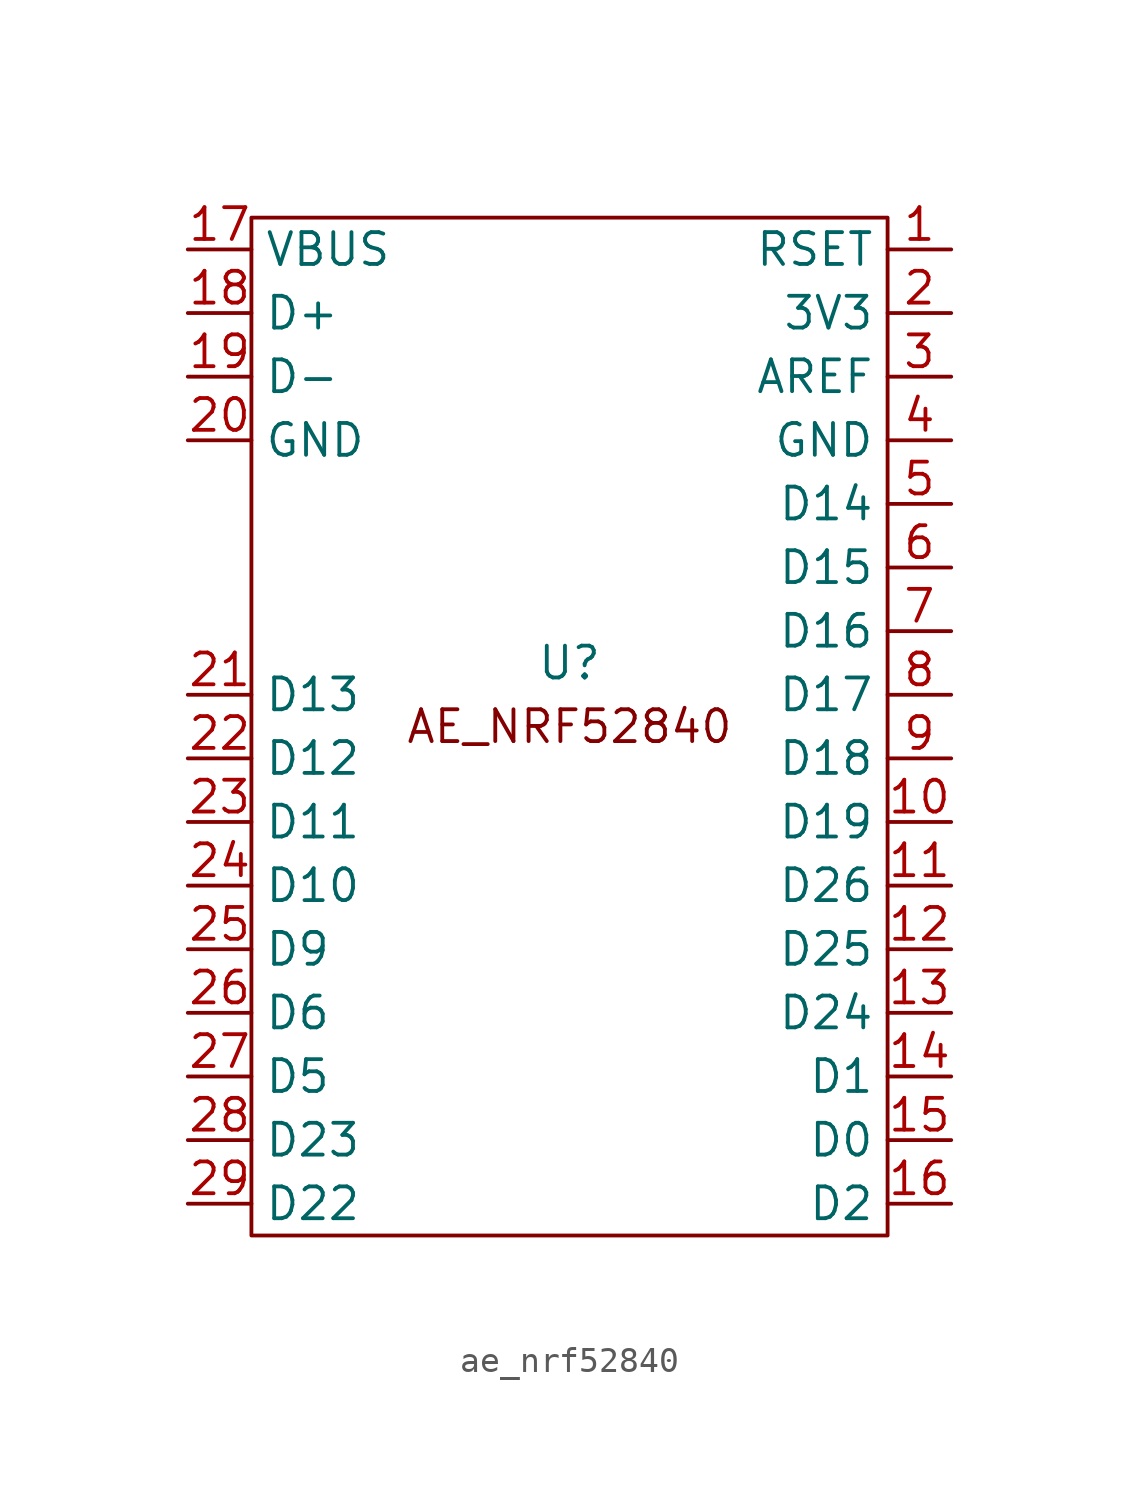
<source format=kicad_sym>
(kicad_symbol_lib
  (version 20220914)
  (generator kicad_symbol_editor)
  (symbol "ae_nrf52840"
    (property "Reference" "U"
      (at 0 2.54 0)
      (effects (font (size 1.27 1.27))))
    (property "Value" ""
      (at -5.08 0 0)
      (effects (font (size 1.27 1.27))))
    (symbol "ae_nrf52840_0_1"
      (rectangle (start -12.7 20.32) (end 12.7 -20.32) (stroke (width 0) (type default)) (fill (type none))))
    (symbol "ae_nrf52840_1_1"
      (text "AE_NRF52840" (at 0 0 0) (effects (font (size 1.27 1.27))))
      (pin bidirectional line (at 15.24 19.05 180) (length 2.54) (name "RSET" (effects (font (size 1.27 1.27)))) (number "1" (effects (font (size 1.27 1.27)))))
      (pin bidirectional line (at 15.24 -3.81 180) (length 2.54) (name "D19" (effects (font (size 1.27 1.27)))) (number "10" (effects (font (size 1.27 1.27)))))
      (pin bidirectional line (at 15.24 -6.35 180) (length 2.54) (name "D26" (effects (font (size 1.27 1.27)))) (number "11" (effects (font (size 1.27 1.27)))))
      (pin bidirectional line (at 15.24 -8.89 180) (length 2.54) (name "D25" (effects (font (size 1.27 1.27)))) (number "12" (effects (font (size 1.27 1.27)))))
      (pin bidirectional line (at 15.24 -11.43 180) (length 2.54) (name "D24" (effects (font (size 1.27 1.27)))) (number "13" (effects (font (size 1.27 1.27)))))
      (pin bidirectional line (at 15.24 -13.97 180) (length 2.54) (name "D1" (effects (font (size 1.27 1.27)))) (number "14" (effects (font (size 1.27 1.27)))))
      (pin bidirectional line (at 15.24 -16.51 180) (length 2.54) (name "D0" (effects (font (size 1.27 1.27)))) (number "15" (effects (font (size 1.27 1.27)))))
      (pin bidirectional line (at 15.24 -19.05 180) (length 2.54) (name "D2" (effects (font (size 1.27 1.27)))) (number "16" (effects (font (size 1.27 1.27)))))
      (pin power_in line (at -15.24 19.05 0) (length 2.54) (name "VBUS" (effects (font (size 1.27 1.27)))) (number "17" (effects (font (size 1.27 1.27)))))
      (pin bidirectional line (at -15.24 16.51 0) (length 2.54) (name "D+" (effects (font (size 1.27 1.27)))) (number "18" (effects (font (size 1.27 1.27)))))
      (pin bidirectional line (at -15.24 13.97 0) (length 2.54) (name "D-" (effects (font (size 1.27 1.27)))) (number "19" (effects (font (size 1.27 1.27)))))
      (pin power_in line (at 15.24 16.51 180) (length 2.54) (name "3V3" (effects (font (size 1.27 1.27)))) (number "2" (effects (font (size 1.27 1.27)))))
      (pin power_in line (at -15.24 11.43 0) (length 2.54) (name "GND" (effects (font (size 1.27 1.27)))) (number "20" (effects (font (size 1.27 1.27)))))
      (pin bidirectional line (at -15.24 1.27 0) (length 2.54) (name "D13" (effects (font (size 1.27 1.27)))) (number "21" (effects (font (size 1.27 1.27)))))
      (pin bidirectional line (at -15.24 -1.27 0) (length 2.54) (name "D12" (effects (font (size 1.27 1.27)))) (number "22" (effects (font (size 1.27 1.27)))))
      (pin bidirectional line (at -15.24 -3.81 0) (length 2.54) (name "D11" (effects (font (size 1.27 1.27)))) (number "23" (effects (font (size 1.27 1.27)))))
      (pin bidirectional line (at -15.24 -6.35 0) (length 2.54) (name "D10" (effects (font (size 1.27 1.27)))) (number "24" (effects (font (size 1.27 1.27)))))
      (pin bidirectional line (at -15.24 -8.89 0) (length 2.54) (name "D9" (effects (font (size 1.27 1.27)))) (number "25" (effects (font (size 1.27 1.27)))))
      (pin bidirectional line (at -15.24 -11.43 0) (length 2.54) (name "D6" (effects (font (size 1.27 1.27)))) (number "26" (effects (font (size 1.27 1.27)))))
      (pin bidirectional line (at -15.24 -13.97 0) (length 2.54) (name "D5" (effects (font (size 1.27 1.27)))) (number "27" (effects (font (size 1.27 1.27)))))
      (pin bidirectional line (at -15.24 -16.51 0) (length 2.54) (name "D23" (effects (font (size 1.27 1.27)))) (number "28" (effects (font (size 1.27 1.27)))))
      (pin bidirectional line (at -15.24 -19.05 0) (length 2.54) (name "D22" (effects (font (size 1.27 1.27)))) (number "29" (effects (font (size 1.27 1.27)))))
      (pin bidirectional line (at 15.24 13.97 180) (length 2.54) (name "AREF" (effects (font (size 1.27 1.27)))) (number "3" (effects (font (size 1.27 1.27)))))
      (pin power_in line (at 15.24 11.43 180) (length 2.54) (name "GND" (effects (font (size 1.27 1.27)))) (number "4" (effects (font (size 1.27 1.27)))))
      (pin bidirectional line (at 15.24 8.89 180) (length 2.54) (name "D14" (effects (font (size 1.27 1.27)))) (number "5" (effects (font (size 1.27 1.27)))))
      (pin bidirectional line (at 15.24 6.35 180) (length 2.54) (name "D15" (effects (font (size 1.27 1.27)))) (number "6" (effects (font (size 1.27 1.27)))))
      (pin bidirectional line (at 15.24 3.81 180) (length 2.54) (name "D16" (effects (font (size 1.27 1.27)))) (number "7" (effects (font (size 1.27 1.27)))))
      (pin bidirectional line (at 15.24 1.27 180) (length 2.54) (name "D17" (effects (font (size 1.27 1.27)))) (number "8" (effects (font (size 1.27 1.27)))))
      (pin bidirectional line (at 15.24 -1.27 180) (length 2.54) (name "D18" (effects (font (size 1.27 1.27)))) (number "9" (effects (font (size 1.27 1.27))))))))
</source>
